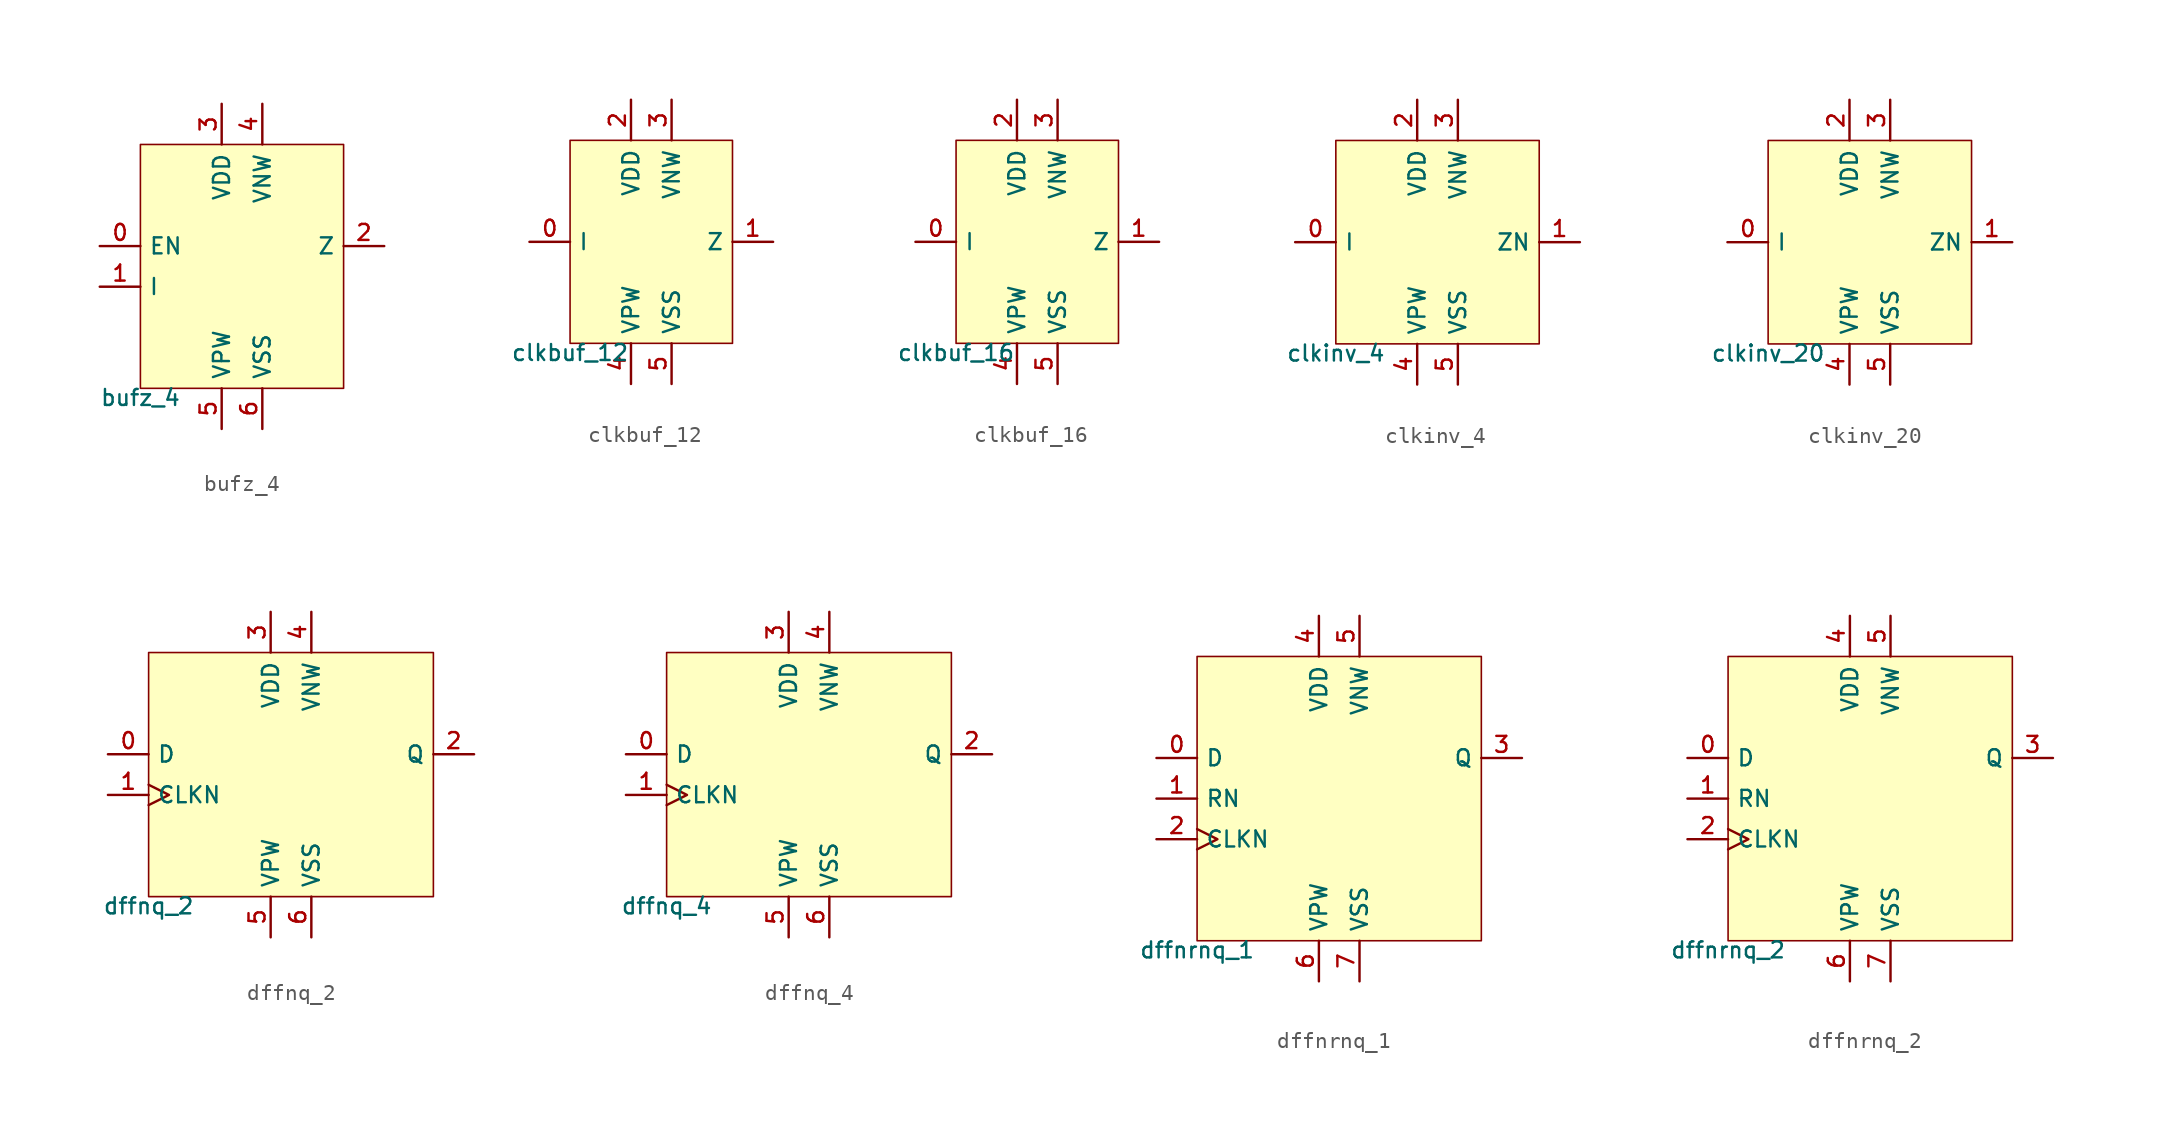
<source format=kicad_sym>
(kicad_symbol_lib
  (version 20211014)
  (generator pdk2kicad)
  (symbol "bufz_4"
    (property "Reference" "X"
      (at 0 0 0)
      (effects (font (size 1 1)) hide))
    (property "Value" "bufz_4"
      (at -6.35 -7.62 0)
      (effects (font (size 1 1)) (justify top)))
    (rectangle
      (start -6.35 -7.62)
      (end 6.35 7.62)
      (stroke (width 0.1) (type solid) (color 0 0 0 0))
      (fill (type background)))
    (pin input line
      (at -8.89 1.27 0)
      (length 2.54)
      (name "EN" (effects (font (size 1 1)) hide))
      (number "0" (effects (font (size 1 1)) hide)))
    (pin input line
      (at -8.89 -1.27 0)
      (length 2.54)
      (name "I" (effects (font (size 1 1)) hide))
      (number "1" (effects (font (size 1 1)) hide)))
    (pin output line
      (at 8.89 1.27 180)
      (length 2.54)
      (name "Z" (effects (font (size 1 1)) hide))
      (number "2" (effects (font (size 1 1)) hide)))
    (pin power_in line
      (at -1.27 10.16 270)
      (length 2.54)
      (name "VDD" (effects (font (size 1 1)) hide))
      (number "3" (effects (font (size 1 1)) hide)))
    (pin power_in line
      (at 1.27 10.16 270)
      (length 2.54)
      (name "VNW" (effects (font (size 1 1)) hide))
      (number "4" (effects (font (size 1 1)) hide)))
    (pin power_in line
      (at -1.27 -10.16 90)
      (length 2.54)
      (name "VPW" (effects (font (size 1 1)) hide))
      (number "5" (effects (font (size 1 1)) hide)))
    (pin power_in line
      (at 1.27 -10.16 90)
      (length 2.54)
      (name "VSS" (effects (font (size 1 1)) hide))
      (number "6" (effects (font (size 1 1)) hide))))
  (symbol "clkbuf_12"
    (property "Reference" "X"
      (at 0 0 0)
      (effects (font (size 1 1)) hide))
    (property "Value" "clkbuf_12"
      (at -5.08 -6.35 0)
      (effects (font (size 1 1)) (justify top)))
    (rectangle
      (start -5.08 -6.35)
      (end 5.08 6.35)
      (stroke (width 0.1) (type solid) (color 0 0 0 0))
      (fill (type background)))
    (pin input line
      (at -7.62 -4.440892098500626e-16 0)
      (length 2.54)
      (name "I" (effects (font (size 1 1)) hide))
      (number "0" (effects (font (size 1 1)) hide)))
    (pin output line
      (at 7.62 -4.440892098500626e-16 180)
      (length 2.54)
      (name "Z" (effects (font (size 1 1)) hide))
      (number "1" (effects (font (size 1 1)) hide)))
    (pin power_in line
      (at -1.27 8.89 270)
      (length 2.54)
      (name "VDD" (effects (font (size 1 1)) hide))
      (number "2" (effects (font (size 1 1)) hide)))
    (pin power_in line
      (at 1.27 8.89 270)
      (length 2.54)
      (name "VNW" (effects (font (size 1 1)) hide))
      (number "3" (effects (font (size 1 1)) hide)))
    (pin power_in line
      (at -1.27 -8.89 90)
      (length 2.54)
      (name "VPW" (effects (font (size 1 1)) hide))
      (number "4" (effects (font (size 1 1)) hide)))
    (pin power_in line
      (at 1.27 -8.89 90)
      (length 2.54)
      (name "VSS" (effects (font (size 1 1)) hide))
      (number "5" (effects (font (size 1 1)) hide))))
  (symbol "clkbuf_16"
    (property "Reference" "X"
      (at 0 0 0)
      (effects (font (size 1 1)) hide))
    (property "Value" "clkbuf_16"
      (at -5.08 -6.35 0)
      (effects (font (size 1 1)) (justify top)))
    (rectangle
      (start -5.08 -6.35)
      (end 5.08 6.35)
      (stroke (width 0.1) (type solid) (color 0 0 0 0))
      (fill (type background)))
    (pin input line
      (at -7.62 -4.440892098500626e-16 0)
      (length 2.54)
      (name "I" (effects (font (size 1 1)) hide))
      (number "0" (effects (font (size 1 1)) hide)))
    (pin output line
      (at 7.62 -4.440892098500626e-16 180)
      (length 2.54)
      (name "Z" (effects (font (size 1 1)) hide))
      (number "1" (effects (font (size 1 1)) hide)))
    (pin power_in line
      (at -1.27 8.89 270)
      (length 2.54)
      (name "VDD" (effects (font (size 1 1)) hide))
      (number "2" (effects (font (size 1 1)) hide)))
    (pin power_in line
      (at 1.27 8.89 270)
      (length 2.54)
      (name "VNW" (effects (font (size 1 1)) hide))
      (number "3" (effects (font (size 1 1)) hide)))
    (pin power_in line
      (at -1.27 -8.89 90)
      (length 2.54)
      (name "VPW" (effects (font (size 1 1)) hide))
      (number "4" (effects (font (size 1 1)) hide)))
    (pin power_in line
      (at 1.27 -8.89 90)
      (length 2.54)
      (name "VSS" (effects (font (size 1 1)) hide))
      (number "5" (effects (font (size 1 1)) hide))))
  (symbol "clkinv_4"
    (property "Reference" "X"
      (at 0 0 0)
      (effects (font (size 1 1)) hide))
    (property "Value" "clkinv_4"
      (at -6.35 -6.35 0)
      (effects (font (size 1 1)) (justify top)))
    (rectangle
      (start -6.35 -6.35)
      (end 6.35 6.35)
      (stroke (width 0.1) (type solid) (color 0 0 0 0))
      (fill (type background)))
    (pin input line
      (at -8.89 -4.440892098500626e-16 0)
      (length 2.54)
      (name "I" (effects (font (size 1 1)) hide))
      (number "0" (effects (font (size 1 1)) hide)))
    (pin output line
      (at 8.89 -4.440892098500626e-16 180)
      (length 2.54)
      (name "ZN" (effects (font (size 1 1)) hide))
      (number "1" (effects (font (size 1 1)) hide)))
    (pin power_in line
      (at -1.27 8.89 270)
      (length 2.54)
      (name "VDD" (effects (font (size 1 1)) hide))
      (number "2" (effects (font (size 1 1)) hide)))
    (pin power_in line
      (at 1.27 8.89 270)
      (length 2.54)
      (name "VNW" (effects (font (size 1 1)) hide))
      (number "3" (effects (font (size 1 1)) hide)))
    (pin power_in line
      (at -1.27 -8.89 90)
      (length 2.54)
      (name "VPW" (effects (font (size 1 1)) hide))
      (number "4" (effects (font (size 1 1)) hide)))
    (pin power_in line
      (at 1.27 -8.89 90)
      (length 2.54)
      (name "VSS" (effects (font (size 1 1)) hide))
      (number "5" (effects (font (size 1 1)) hide))))
  (symbol "clkinv_20"
    (property "Reference" "X"
      (at 0 0 0)
      (effects (font (size 1 1)) hide))
    (property "Value" "clkinv_20"
      (at -6.35 -6.35 0)
      (effects (font (size 1 1)) (justify top)))
    (rectangle
      (start -6.35 -6.35)
      (end 6.35 6.35)
      (stroke (width 0.1) (type solid) (color 0 0 0 0))
      (fill (type background)))
    (pin input line
      (at -8.89 -4.440892098500626e-16 0)
      (length 2.54)
      (name "I" (effects (font (size 1 1)) hide))
      (number "0" (effects (font (size 1 1)) hide)))
    (pin output line
      (at 8.89 -4.440892098500626e-16 180)
      (length 2.54)
      (name "ZN" (effects (font (size 1 1)) hide))
      (number "1" (effects (font (size 1 1)) hide)))
    (pin power_in line
      (at -1.27 8.89 270)
      (length 2.54)
      (name "VDD" (effects (font (size 1 1)) hide))
      (number "2" (effects (font (size 1 1)) hide)))
    (pin power_in line
      (at 1.27 8.89 270)
      (length 2.54)
      (name "VNW" (effects (font (size 1 1)) hide))
      (number "3" (effects (font (size 1 1)) hide)))
    (pin power_in line
      (at -1.27 -8.89 90)
      (length 2.54)
      (name "VPW" (effects (font (size 1 1)) hide))
      (number "4" (effects (font (size 1 1)) hide)))
    (pin power_in line
      (at 1.27 -8.89 90)
      (length 2.54)
      (name "VSS" (effects (font (size 1 1)) hide))
      (number "5" (effects (font (size 1 1)) hide))))
  (symbol "dffnq_2"
    (property "Reference" "X"
      (at 0 0 0)
      (effects (font (size 1 1)) hide))
    (property "Value" "dffnq_2"
      (at -8.89 -7.62 0)
      (effects (font (size 1 1)) (justify top)))
    (rectangle
      (start -8.89 -7.62)
      (end 8.89 7.62)
      (stroke (width 0.1) (type solid) (color 0 0 0 0))
      (fill (type background)))
    (pin input line
      (at -11.43 1.27 0)
      (length 2.54)
      (name "D" (effects (font (size 1 1)) hide))
      (number "0" (effects (font (size 1 1)) hide)))
    (pin input clock
      (at -11.43 -1.27 0)
      (length 2.54)
      (name "CLKN" (effects (font (size 1 1)) hide))
      (number "1" (effects (font (size 1 1)) hide)))
    (pin output line
      (at 11.43 1.27 180)
      (length 2.54)
      (name "Q" (effects (font (size 1 1)) hide))
      (number "2" (effects (font (size 1 1)) hide)))
    (pin power_in line
      (at -1.27 10.16 270)
      (length 2.54)
      (name "VDD" (effects (font (size 1 1)) hide))
      (number "3" (effects (font (size 1 1)) hide)))
    (pin power_in line
      (at 1.27 10.16 270)
      (length 2.54)
      (name "VNW" (effects (font (size 1 1)) hide))
      (number "4" (effects (font (size 1 1)) hide)))
    (pin power_in line
      (at -1.27 -10.16 90)
      (length 2.54)
      (name "VPW" (effects (font (size 1 1)) hide))
      (number "5" (effects (font (size 1 1)) hide)))
    (pin power_in line
      (at 1.27 -10.16 90)
      (length 2.54)
      (name "VSS" (effects (font (size 1 1)) hide))
      (number "6" (effects (font (size 1 1)) hide))))
  (symbol "dffnq_4"
    (property "Reference" "X"
      (at 0 0 0)
      (effects (font (size 1 1)) hide))
    (property "Value" "dffnq_4"
      (at -8.89 -7.62 0)
      (effects (font (size 1 1)) (justify top)))
    (rectangle
      (start -8.89 -7.62)
      (end 8.89 7.62)
      (stroke (width 0.1) (type solid) (color 0 0 0 0))
      (fill (type background)))
    (pin input line
      (at -11.43 1.27 0)
      (length 2.54)
      (name "D" (effects (font (size 1 1)) hide))
      (number "0" (effects (font (size 1 1)) hide)))
    (pin input clock
      (at -11.43 -1.27 0)
      (length 2.54)
      (name "CLKN" (effects (font (size 1 1)) hide))
      (number "1" (effects (font (size 1 1)) hide)))
    (pin output line
      (at 11.43 1.27 180)
      (length 2.54)
      (name "Q" (effects (font (size 1 1)) hide))
      (number "2" (effects (font (size 1 1)) hide)))
    (pin power_in line
      (at -1.27 10.16 270)
      (length 2.54)
      (name "VDD" (effects (font (size 1 1)) hide))
      (number "3" (effects (font (size 1 1)) hide)))
    (pin power_in line
      (at 1.27 10.16 270)
      (length 2.54)
      (name "VNW" (effects (font (size 1 1)) hide))
      (number "4" (effects (font (size 1 1)) hide)))
    (pin power_in line
      (at -1.27 -10.16 90)
      (length 2.54)
      (name "VPW" (effects (font (size 1 1)) hide))
      (number "5" (effects (font (size 1 1)) hide)))
    (pin power_in line
      (at 1.27 -10.16 90)
      (length 2.54)
      (name "VSS" (effects (font (size 1 1)) hide))
      (number "6" (effects (font (size 1 1)) hide))))
  (symbol "dffnrnq_1"
    (property "Reference" "X"
      (at 0 0 0)
      (effects (font (size 1 1)) hide))
    (property "Value" "dffnrnq_1"
      (at -8.89 -8.89 0)
      (effects (font (size 1 1)) (justify top)))
    (rectangle
      (start -8.89 -8.89)
      (end 8.89 8.89)
      (stroke (width 0.1) (type solid) (color 0 0 0 0))
      (fill (type background)))
    (pin input line
      (at -11.43 2.54 0)
      (length 2.54)
      (name "D" (effects (font (size 1 1)) hide))
      (number "0" (effects (font (size 1 1)) hide)))
    (pin input line
      (at -11.43 4.440892098500626e-16 0)
      (length 2.54)
      (name "RN" (effects (font (size 1 1)) hide))
      (number "1" (effects (font (size 1 1)) hide)))
    (pin input clock
      (at -11.43 -2.54 0)
      (length 2.54)
      (name "CLKN" (effects (font (size 1 1)) hide))
      (number "2" (effects (font (size 1 1)) hide)))
    (pin output line
      (at 11.43 2.54 180)
      (length 2.54)
      (name "Q" (effects (font (size 1 1)) hide))
      (number "3" (effects (font (size 1 1)) hide)))
    (pin power_in line
      (at -1.27 11.43 270)
      (length 2.54)
      (name "VDD" (effects (font (size 1 1)) hide))
      (number "4" (effects (font (size 1 1)) hide)))
    (pin power_in line
      (at 1.27 11.43 270)
      (length 2.54)
      (name "VNW" (effects (font (size 1 1)) hide))
      (number "5" (effects (font (size 1 1)) hide)))
    (pin power_in line
      (at -1.27 -11.43 90)
      (length 2.54)
      (name "VPW" (effects (font (size 1 1)) hide))
      (number "6" (effects (font (size 1 1)) hide)))
    (pin power_in line
      (at 1.27 -11.43 90)
      (length 2.54)
      (name "VSS" (effects (font (size 1 1)) hide))
      (number "7" (effects (font (size 1 1)) hide))))
  (symbol "dffnrnq_2"
    (property "Reference" "X"
      (at 0 0 0)
      (effects (font (size 1 1)) hide))
    (property "Value" "dffnrnq_2"
      (at -8.89 -8.89 0)
      (effects (font (size 1 1)) (justify top)))
    (rectangle
      (start -8.89 -8.89)
      (end 8.89 8.89)
      (stroke (width 0.1) (type solid) (color 0 0 0 0))
      (fill (type background)))
    (pin input line
      (at -11.43 2.54 0)
      (length 2.54)
      (name "D" (effects (font (size 1 1)) hide))
      (number "0" (effects (font (size 1 1)) hide)))
    (pin input line
      (at -11.43 4.440892098500626e-16 0)
      (length 2.54)
      (name "RN" (effects (font (size 1 1)) hide))
      (number "1" (effects (font (size 1 1)) hide)))
    (pin input clock
      (at -11.43 -2.54 0)
      (length 2.54)
      (name "CLKN" (effects (font (size 1 1)) hide))
      (number "2" (effects (font (size 1 1)) hide)))
    (pin output line
      (at 11.43 2.54 180)
      (length 2.54)
      (name "Q" (effects (font (size 1 1)) hide))
      (number "3" (effects (font (size 1 1)) hide)))
    (pin power_in line
      (at -1.27 11.43 270)
      (length 2.54)
      (name "VDD" (effects (font (size 1 1)) hide))
      (number "4" (effects (font (size 1 1)) hide)))
    (pin power_in line
      (at 1.27 11.43 270)
      (length 2.54)
      (name "VNW" (effects (font (size 1 1)) hide))
      (number "5" (effects (font (size 1 1)) hide)))
    (pin power_in line
      (at -1.27 -11.43 90)
      (length 2.54)
      (name "VPW" (effects (font (size 1 1)) hide))
      (number "6" (effects (font (size 1 1)) hide)))
    (pin power_in line
      (at 1.27 -11.43 90)
      (length 2.54)
      (name "VSS" (effects (font (size 1 1)) hide))
      (number "7" (effects (font (size 1 1)) hide)))))
</source>
